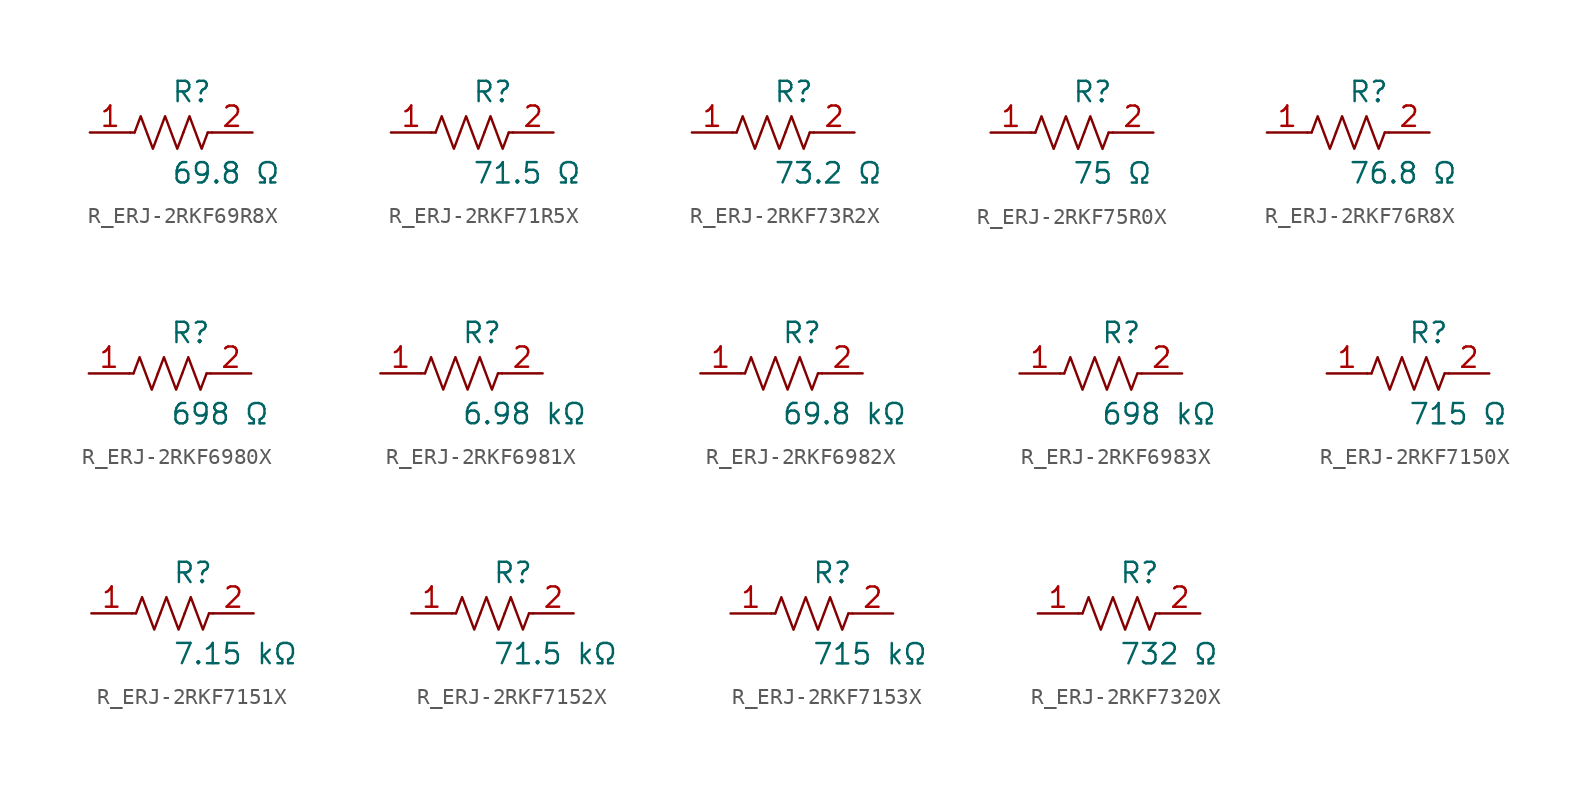
<source format=kicad_sym>
(kicad_symbol_lib
  (version 20231120)
  (generator kicad_symbol_editor)
  (generator_version 8.0)
  (symbol "R_ERJ-2RKF69R8X"
    (pin_names
      (offset 0.254))
    (property "Reference" "R"
      (at 0 2.54 0)
      (effects (font (size 1.27 1.27)) (justify left)))
    (property "Value" "69.8 Ω"
      (at 0 -2.54 0)
      (effects (font (size 1.27 1.27)) (justify left)))
    (symbol "R_ERJ-2RKF69R8X_0_1"
      (polyline (pts (xy 2.286 0) (xy 2.54 0)) (stroke (width 0) (type default)) (fill (type none)))
      (polyline (pts (xy -2.286 0) (xy -2.54 0)) (stroke (width 0) (type default)) (fill (type none)))
      (polyline (pts (xy 0.762 0) (xy 1.143 1.016) (xy 1.524 0) (xy 1.905 -1.016) (xy 2.286 0)) (stroke (width 0) (type default)) (fill (type none)))
      (polyline (pts (xy -0.762 0) (xy -0.381 1.016) (xy 0 0) (xy 0.381 -1.016) (xy 0.762 0)) (stroke (width 0) (type default)) (fill (type none)))
      (polyline (pts (xy -2.286 0) (xy -1.905 1.016) (xy -1.524 0) (xy -1.143 -1.016) (xy -0.762 0)) (stroke (width 0) (type default)) (fill (type none))))
    (pin passive line
      (at -5.08 0 0)
      (length 2.54)
      (name "" (effects (font (size 1.27 1.27))))
      (number "1" (effects (font (size 1.27 1.27)))))
    (pin passive line
      (at 5.08 0 180)
      (length 2.54)
      (name "" (effects (font (size 1.27 1.27))))
      (number "2" (effects (font (size 1.27 1.27))))))
  (symbol "R_ERJ-2RKF71R5X"
    (pin_names
      (offset 0.254))
    (property "Reference" "R"
      (at 0 2.54 0)
      (effects (font (size 1.27 1.27)) (justify left)))
    (property "Value" "71.5 Ω"
      (at 0 -2.54 0)
      (effects (font (size 1.27 1.27)) (justify left)))
    (symbol "R_ERJ-2RKF71R5X_0_1"
      (polyline (pts (xy 2.286 0) (xy 2.54 0)) (stroke (width 0) (type default)) (fill (type none)))
      (polyline (pts (xy -2.286 0) (xy -2.54 0)) (stroke (width 0) (type default)) (fill (type none)))
      (polyline (pts (xy 0.762 0) (xy 1.143 1.016) (xy 1.524 0) (xy 1.905 -1.016) (xy 2.286 0)) (stroke (width 0) (type default)) (fill (type none)))
      (polyline (pts (xy -0.762 0) (xy -0.381 1.016) (xy 0 0) (xy 0.381 -1.016) (xy 0.762 0)) (stroke (width 0) (type default)) (fill (type none)))
      (polyline (pts (xy -2.286 0) (xy -1.905 1.016) (xy -1.524 0) (xy -1.143 -1.016) (xy -0.762 0)) (stroke (width 0) (type default)) (fill (type none))))
    (pin passive line
      (at -5.08 0 0)
      (length 2.54)
      (name "" (effects (font (size 1.27 1.27))))
      (number "1" (effects (font (size 1.27 1.27)))))
    (pin passive line
      (at 5.08 0 180)
      (length 2.54)
      (name "" (effects (font (size 1.27 1.27))))
      (number "2" (effects (font (size 1.27 1.27))))))
  (symbol "R_ERJ-2RKF73R2X"
    (pin_names
      (offset 0.254))
    (property "Reference" "R"
      (at 0 2.54 0)
      (effects (font (size 1.27 1.27)) (justify left)))
    (property "Value" "73.2 Ω"
      (at 0 -2.54 0)
      (effects (font (size 1.27 1.27)) (justify left)))
    (symbol "R_ERJ-2RKF73R2X_0_1"
      (polyline (pts (xy 2.286 0) (xy 2.54 0)) (stroke (width 0) (type default)) (fill (type none)))
      (polyline (pts (xy -2.286 0) (xy -2.54 0)) (stroke (width 0) (type default)) (fill (type none)))
      (polyline (pts (xy 0.762 0) (xy 1.143 1.016) (xy 1.524 0) (xy 1.905 -1.016) (xy 2.286 0)) (stroke (width 0) (type default)) (fill (type none)))
      (polyline (pts (xy -0.762 0) (xy -0.381 1.016) (xy 0 0) (xy 0.381 -1.016) (xy 0.762 0)) (stroke (width 0) (type default)) (fill (type none)))
      (polyline (pts (xy -2.286 0) (xy -1.905 1.016) (xy -1.524 0) (xy -1.143 -1.016) (xy -0.762 0)) (stroke (width 0) (type default)) (fill (type none))))
    (pin passive line
      (at -5.08 0 0)
      (length 2.54)
      (name "" (effects (font (size 1.27 1.27))))
      (number "1" (effects (font (size 1.27 1.27)))))
    (pin passive line
      (at 5.08 0 180)
      (length 2.54)
      (name "" (effects (font (size 1.27 1.27))))
      (number "2" (effects (font (size 1.27 1.27))))))
  (symbol "R_ERJ-2RKF75R0X"
    (pin_names
      (offset 0.254))
    (property "Reference" "R"
      (at 0 2.54 0)
      (effects (font (size 1.27 1.27)) (justify left)))
    (property "Value" "75 Ω"
      (at 0 -2.54 0)
      (effects (font (size 1.27 1.27)) (justify left)))
    (symbol "R_ERJ-2RKF75R0X_0_1"
      (polyline (pts (xy 2.286 0) (xy 2.54 0)) (stroke (width 0) (type default)) (fill (type none)))
      (polyline (pts (xy -2.286 0) (xy -2.54 0)) (stroke (width 0) (type default)) (fill (type none)))
      (polyline (pts (xy 0.762 0) (xy 1.143 1.016) (xy 1.524 0) (xy 1.905 -1.016) (xy 2.286 0)) (stroke (width 0) (type default)) (fill (type none)))
      (polyline (pts (xy -0.762 0) (xy -0.381 1.016) (xy 0 0) (xy 0.381 -1.016) (xy 0.762 0)) (stroke (width 0) (type default)) (fill (type none)))
      (polyline (pts (xy -2.286 0) (xy -1.905 1.016) (xy -1.524 0) (xy -1.143 -1.016) (xy -0.762 0)) (stroke (width 0) (type default)) (fill (type none))))
    (pin passive line
      (at -5.08 0 0)
      (length 2.54)
      (name "" (effects (font (size 1.27 1.27))))
      (number "1" (effects (font (size 1.27 1.27)))))
    (pin passive line
      (at 5.08 0 180)
      (length 2.54)
      (name "" (effects (font (size 1.27 1.27))))
      (number "2" (effects (font (size 1.27 1.27))))))
  (symbol "R_ERJ-2RKF76R8X"
    (pin_names
      (offset 0.254))
    (property "Reference" "R"
      (at 0 2.54 0)
      (effects (font (size 1.27 1.27)) (justify left)))
    (property "Value" "76.8 Ω"
      (at 0 -2.54 0)
      (effects (font (size 1.27 1.27)) (justify left)))
    (symbol "R_ERJ-2RKF76R8X_0_1"
      (polyline (pts (xy 2.286 0) (xy 2.54 0)) (stroke (width 0) (type default)) (fill (type none)))
      (polyline (pts (xy -2.286 0) (xy -2.54 0)) (stroke (width 0) (type default)) (fill (type none)))
      (polyline (pts (xy 0.762 0) (xy 1.143 1.016) (xy 1.524 0) (xy 1.905 -1.016) (xy 2.286 0)) (stroke (width 0) (type default)) (fill (type none)))
      (polyline (pts (xy -0.762 0) (xy -0.381 1.016) (xy 0 0) (xy 0.381 -1.016) (xy 0.762 0)) (stroke (width 0) (type default)) (fill (type none)))
      (polyline (pts (xy -2.286 0) (xy -1.905 1.016) (xy -1.524 0) (xy -1.143 -1.016) (xy -0.762 0)) (stroke (width 0) (type default)) (fill (type none))))
    (pin passive line
      (at -5.08 0 0)
      (length 2.54)
      (name "" (effects (font (size 1.27 1.27))))
      (number "1" (effects (font (size 1.27 1.27)))))
    (pin passive line
      (at 5.08 0 180)
      (length 2.54)
      (name "" (effects (font (size 1.27 1.27))))
      (number "2" (effects (font (size 1.27 1.27))))))
  (symbol "R_ERJ-2RKF6980X"
    (pin_names
      (offset 0.254))
    (property "Reference" "R"
      (at 0 2.54 0)
      (effects (font (size 1.27 1.27)) (justify left)))
    (property "Value" "698 Ω"
      (at 0 -2.54 0)
      (effects (font (size 1.27 1.27)) (justify left)))
    (symbol "R_ERJ-2RKF6980X_0_1"
      (polyline (pts (xy 2.286 0) (xy 2.54 0)) (stroke (width 0) (type default)) (fill (type none)))
      (polyline (pts (xy -2.286 0) (xy -2.54 0)) (stroke (width 0) (type default)) (fill (type none)))
      (polyline (pts (xy 0.762 0) (xy 1.143 1.016) (xy 1.524 0) (xy 1.905 -1.016) (xy 2.286 0)) (stroke (width 0) (type default)) (fill (type none)))
      (polyline (pts (xy -0.762 0) (xy -0.381 1.016) (xy 0 0) (xy 0.381 -1.016) (xy 0.762 0)) (stroke (width 0) (type default)) (fill (type none)))
      (polyline (pts (xy -2.286 0) (xy -1.905 1.016) (xy -1.524 0) (xy -1.143 -1.016) (xy -0.762 0)) (stroke (width 0) (type default)) (fill (type none))))
    (pin passive line
      (at -5.08 0 0)
      (length 2.54)
      (name "" (effects (font (size 1.27 1.27))))
      (number "1" (effects (font (size 1.27 1.27)))))
    (pin passive line
      (at 5.08 0 180)
      (length 2.54)
      (name "" (effects (font (size 1.27 1.27))))
      (number "2" (effects (font (size 1.27 1.27))))))
  (symbol "R_ERJ-2RKF6981X"
    (pin_names
      (offset 0.254))
    (property "Reference" "R"
      (at 0 2.54 0)
      (effects (font (size 1.27 1.27)) (justify left)))
    (property "Value" "6.98 kΩ"
      (at 0 -2.54 0)
      (effects (font (size 1.27 1.27)) (justify left)))
    (symbol "R_ERJ-2RKF6981X_0_1"
      (polyline (pts (xy 2.286 0) (xy 2.54 0)) (stroke (width 0) (type default)) (fill (type none)))
      (polyline (pts (xy -2.286 0) (xy -2.54 0)) (stroke (width 0) (type default)) (fill (type none)))
      (polyline (pts (xy 0.762 0) (xy 1.143 1.016) (xy 1.524 0) (xy 1.905 -1.016) (xy 2.286 0)) (stroke (width 0) (type default)) (fill (type none)))
      (polyline (pts (xy -0.762 0) (xy -0.381 1.016) (xy 0 0) (xy 0.381 -1.016) (xy 0.762 0)) (stroke (width 0) (type default)) (fill (type none)))
      (polyline (pts (xy -2.286 0) (xy -1.905 1.016) (xy -1.524 0) (xy -1.143 -1.016) (xy -0.762 0)) (stroke (width 0) (type default)) (fill (type none))))
    (pin passive line
      (at -5.08 0 0)
      (length 2.54)
      (name "" (effects (font (size 1.27 1.27))))
      (number "1" (effects (font (size 1.27 1.27)))))
    (pin passive line
      (at 5.08 0 180)
      (length 2.54)
      (name "" (effects (font (size 1.27 1.27))))
      (number "2" (effects (font (size 1.27 1.27))))))
  (symbol "R_ERJ-2RKF6982X"
    (pin_names
      (offset 0.254))
    (property "Reference" "R"
      (at 0 2.54 0)
      (effects (font (size 1.27 1.27)) (justify left)))
    (property "Value" "69.8 kΩ"
      (at 0 -2.54 0)
      (effects (font (size 1.27 1.27)) (justify left)))
    (symbol "R_ERJ-2RKF6982X_0_1"
      (polyline (pts (xy 2.286 0) (xy 2.54 0)) (stroke (width 0) (type default)) (fill (type none)))
      (polyline (pts (xy -2.286 0) (xy -2.54 0)) (stroke (width 0) (type default)) (fill (type none)))
      (polyline (pts (xy 0.762 0) (xy 1.143 1.016) (xy 1.524 0) (xy 1.905 -1.016) (xy 2.286 0)) (stroke (width 0) (type default)) (fill (type none)))
      (polyline (pts (xy -0.762 0) (xy -0.381 1.016) (xy 0 0) (xy 0.381 -1.016) (xy 0.762 0)) (stroke (width 0) (type default)) (fill (type none)))
      (polyline (pts (xy -2.286 0) (xy -1.905 1.016) (xy -1.524 0) (xy -1.143 -1.016) (xy -0.762 0)) (stroke (width 0) (type default)) (fill (type none))))
    (pin passive line
      (at -5.08 0 0)
      (length 2.54)
      (name "" (effects (font (size 1.27 1.27))))
      (number "1" (effects (font (size 1.27 1.27)))))
    (pin passive line
      (at 5.08 0 180)
      (length 2.54)
      (name "" (effects (font (size 1.27 1.27))))
      (number "2" (effects (font (size 1.27 1.27))))))
  (symbol "R_ERJ-2RKF6983X"
    (pin_names
      (offset 0.254))
    (property "Reference" "R"
      (at 0 2.54 0)
      (effects (font (size 1.27 1.27)) (justify left)))
    (property "Value" "698 kΩ"
      (at 0 -2.54 0)
      (effects (font (size 1.27 1.27)) (justify left)))
    (symbol "R_ERJ-2RKF6983X_0_1"
      (polyline (pts (xy 2.286 0) (xy 2.54 0)) (stroke (width 0) (type default)) (fill (type none)))
      (polyline (pts (xy -2.286 0) (xy -2.54 0)) (stroke (width 0) (type default)) (fill (type none)))
      (polyline (pts (xy 0.762 0) (xy 1.143 1.016) (xy 1.524 0) (xy 1.905 -1.016) (xy 2.286 0)) (stroke (width 0) (type default)) (fill (type none)))
      (polyline (pts (xy -0.762 0) (xy -0.381 1.016) (xy 0 0) (xy 0.381 -1.016) (xy 0.762 0)) (stroke (width 0) (type default)) (fill (type none)))
      (polyline (pts (xy -2.286 0) (xy -1.905 1.016) (xy -1.524 0) (xy -1.143 -1.016) (xy -0.762 0)) (stroke (width 0) (type default)) (fill (type none))))
    (pin passive line
      (at -5.08 0 0)
      (length 2.54)
      (name "" (effects (font (size 1.27 1.27))))
      (number "1" (effects (font (size 1.27 1.27)))))
    (pin passive line
      (at 5.08 0 180)
      (length 2.54)
      (name "" (effects (font (size 1.27 1.27))))
      (number "2" (effects (font (size 1.27 1.27))))))
  (symbol "R_ERJ-2RKF7150X"
    (pin_names
      (offset 0.254))
    (property "Reference" "R"
      (at 0 2.54 0)
      (effects (font (size 1.27 1.27)) (justify left)))
    (property "Value" "715 Ω"
      (at 0 -2.54 0)
      (effects (font (size 1.27 1.27)) (justify left)))
    (symbol "R_ERJ-2RKF7150X_0_1"
      (polyline (pts (xy 2.286 0) (xy 2.54 0)) (stroke (width 0) (type default)) (fill (type none)))
      (polyline (pts (xy -2.286 0) (xy -2.54 0)) (stroke (width 0) (type default)) (fill (type none)))
      (polyline (pts (xy 0.762 0) (xy 1.143 1.016) (xy 1.524 0) (xy 1.905 -1.016) (xy 2.286 0)) (stroke (width 0) (type default)) (fill (type none)))
      (polyline (pts (xy -0.762 0) (xy -0.381 1.016) (xy 0 0) (xy 0.381 -1.016) (xy 0.762 0)) (stroke (width 0) (type default)) (fill (type none)))
      (polyline (pts (xy -2.286 0) (xy -1.905 1.016) (xy -1.524 0) (xy -1.143 -1.016) (xy -0.762 0)) (stroke (width 0) (type default)) (fill (type none))))
    (pin passive line
      (at -5.08 0 0)
      (length 2.54)
      (name "" (effects (font (size 1.27 1.27))))
      (number "1" (effects (font (size 1.27 1.27)))))
    (pin passive line
      (at 5.08 0 180)
      (length 2.54)
      (name "" (effects (font (size 1.27 1.27))))
      (number "2" (effects (font (size 1.27 1.27))))))
  (symbol "R_ERJ-2RKF7151X"
    (pin_names
      (offset 0.254))
    (property "Reference" "R"
      (at 0 2.54 0)
      (effects (font (size 1.27 1.27)) (justify left)))
    (property "Value" "7.15 kΩ"
      (at 0 -2.54 0)
      (effects (font (size 1.27 1.27)) (justify left)))
    (symbol "R_ERJ-2RKF7151X_0_1"
      (polyline (pts (xy 2.286 0) (xy 2.54 0)) (stroke (width 0) (type default)) (fill (type none)))
      (polyline (pts (xy -2.286 0) (xy -2.54 0)) (stroke (width 0) (type default)) (fill (type none)))
      (polyline (pts (xy 0.762 0) (xy 1.143 1.016) (xy 1.524 0) (xy 1.905 -1.016) (xy 2.286 0)) (stroke (width 0) (type default)) (fill (type none)))
      (polyline (pts (xy -0.762 0) (xy -0.381 1.016) (xy 0 0) (xy 0.381 -1.016) (xy 0.762 0)) (stroke (width 0) (type default)) (fill (type none)))
      (polyline (pts (xy -2.286 0) (xy -1.905 1.016) (xy -1.524 0) (xy -1.143 -1.016) (xy -0.762 0)) (stroke (width 0) (type default)) (fill (type none))))
    (pin passive line
      (at -5.08 0 0)
      (length 2.54)
      (name "" (effects (font (size 1.27 1.27))))
      (number "1" (effects (font (size 1.27 1.27)))))
    (pin passive line
      (at 5.08 0 180)
      (length 2.54)
      (name "" (effects (font (size 1.27 1.27))))
      (number "2" (effects (font (size 1.27 1.27))))))
  (symbol "R_ERJ-2RKF7152X"
    (pin_names
      (offset 0.254))
    (property "Reference" "R"
      (at 0 2.54 0)
      (effects (font (size 1.27 1.27)) (justify left)))
    (property "Value" "71.5 kΩ"
      (at 0 -2.54 0)
      (effects (font (size 1.27 1.27)) (justify left)))
    (symbol "R_ERJ-2RKF7152X_0_1"
      (polyline (pts (xy 2.286 0) (xy 2.54 0)) (stroke (width 0) (type default)) (fill (type none)))
      (polyline (pts (xy -2.286 0) (xy -2.54 0)) (stroke (width 0) (type default)) (fill (type none)))
      (polyline (pts (xy 0.762 0) (xy 1.143 1.016) (xy 1.524 0) (xy 1.905 -1.016) (xy 2.286 0)) (stroke (width 0) (type default)) (fill (type none)))
      (polyline (pts (xy -0.762 0) (xy -0.381 1.016) (xy 0 0) (xy 0.381 -1.016) (xy 0.762 0)) (stroke (width 0) (type default)) (fill (type none)))
      (polyline (pts (xy -2.286 0) (xy -1.905 1.016) (xy -1.524 0) (xy -1.143 -1.016) (xy -0.762 0)) (stroke (width 0) (type default)) (fill (type none))))
    (pin passive line
      (at -5.08 0 0)
      (length 2.54)
      (name "" (effects (font (size 1.27 1.27))))
      (number "1" (effects (font (size 1.27 1.27)))))
    (pin passive line
      (at 5.08 0 180)
      (length 2.54)
      (name "" (effects (font (size 1.27 1.27))))
      (number "2" (effects (font (size 1.27 1.27))))))
  (symbol "R_ERJ-2RKF7153X"
    (pin_names
      (offset 0.254))
    (property "Reference" "R"
      (at 0 2.54 0)
      (effects (font (size 1.27 1.27)) (justify left)))
    (property "Value" "715 kΩ"
      (at 0 -2.54 0)
      (effects (font (size 1.27 1.27)) (justify left)))
    (symbol "R_ERJ-2RKF7153X_0_1"
      (polyline (pts (xy 2.286 0) (xy 2.54 0)) (stroke (width 0) (type default)) (fill (type none)))
      (polyline (pts (xy -2.286 0) (xy -2.54 0)) (stroke (width 0) (type default)) (fill (type none)))
      (polyline (pts (xy 0.762 0) (xy 1.143 1.016) (xy 1.524 0) (xy 1.905 -1.016) (xy 2.286 0)) (stroke (width 0) (type default)) (fill (type none)))
      (polyline (pts (xy -0.762 0) (xy -0.381 1.016) (xy 0 0) (xy 0.381 -1.016) (xy 0.762 0)) (stroke (width 0) (type default)) (fill (type none)))
      (polyline (pts (xy -2.286 0) (xy -1.905 1.016) (xy -1.524 0) (xy -1.143 -1.016) (xy -0.762 0)) (stroke (width 0) (type default)) (fill (type none))))
    (pin passive line
      (at -5.08 0 0)
      (length 2.54)
      (name "" (effects (font (size 1.27 1.27))))
      (number "1" (effects (font (size 1.27 1.27)))))
    (pin passive line
      (at 5.08 0 180)
      (length 2.54)
      (name "" (effects (font (size 1.27 1.27))))
      (number "2" (effects (font (size 1.27 1.27))))))
  (symbol "R_ERJ-2RKF7320X"
    (pin_names
      (offset 0.254))
    (property "Reference" "R"
      (at 0 2.54 0)
      (effects (font (size 1.27 1.27)) (justify left)))
    (property "Value" "732 Ω"
      (at 0 -2.54 0)
      (effects (font (size 1.27 1.27)) (justify left)))
    (symbol "R_ERJ-2RKF7320X_0_1"
      (polyline (pts (xy 2.286 0) (xy 2.54 0)) (stroke (width 0) (type default)) (fill (type none)))
      (polyline (pts (xy -2.286 0) (xy -2.54 0)) (stroke (width 0) (type default)) (fill (type none)))
      (polyline (pts (xy 0.762 0) (xy 1.143 1.016) (xy 1.524 0) (xy 1.905 -1.016) (xy 2.286 0)) (stroke (width 0) (type default)) (fill (type none)))
      (polyline (pts (xy -0.762 0) (xy -0.381 1.016) (xy 0 0) (xy 0.381 -1.016) (xy 0.762 0)) (stroke (width 0) (type default)) (fill (type none)))
      (polyline (pts (xy -2.286 0) (xy -1.905 1.016) (xy -1.524 0) (xy -1.143 -1.016) (xy -0.762 0)) (stroke (width 0) (type default)) (fill (type none))))
    (pin passive line
      (at -5.08 0 0)
      (length 2.54)
      (name "" (effects (font (size 1.27 1.27))))
      (number "1" (effects (font (size 1.27 1.27)))))
    (pin passive line
      (at 5.08 0 180)
      (length 2.54)
      (name "" (effects (font (size 1.27 1.27))))
      (number "2" (effects (font (size 1.27 1.27)))))))
</source>
